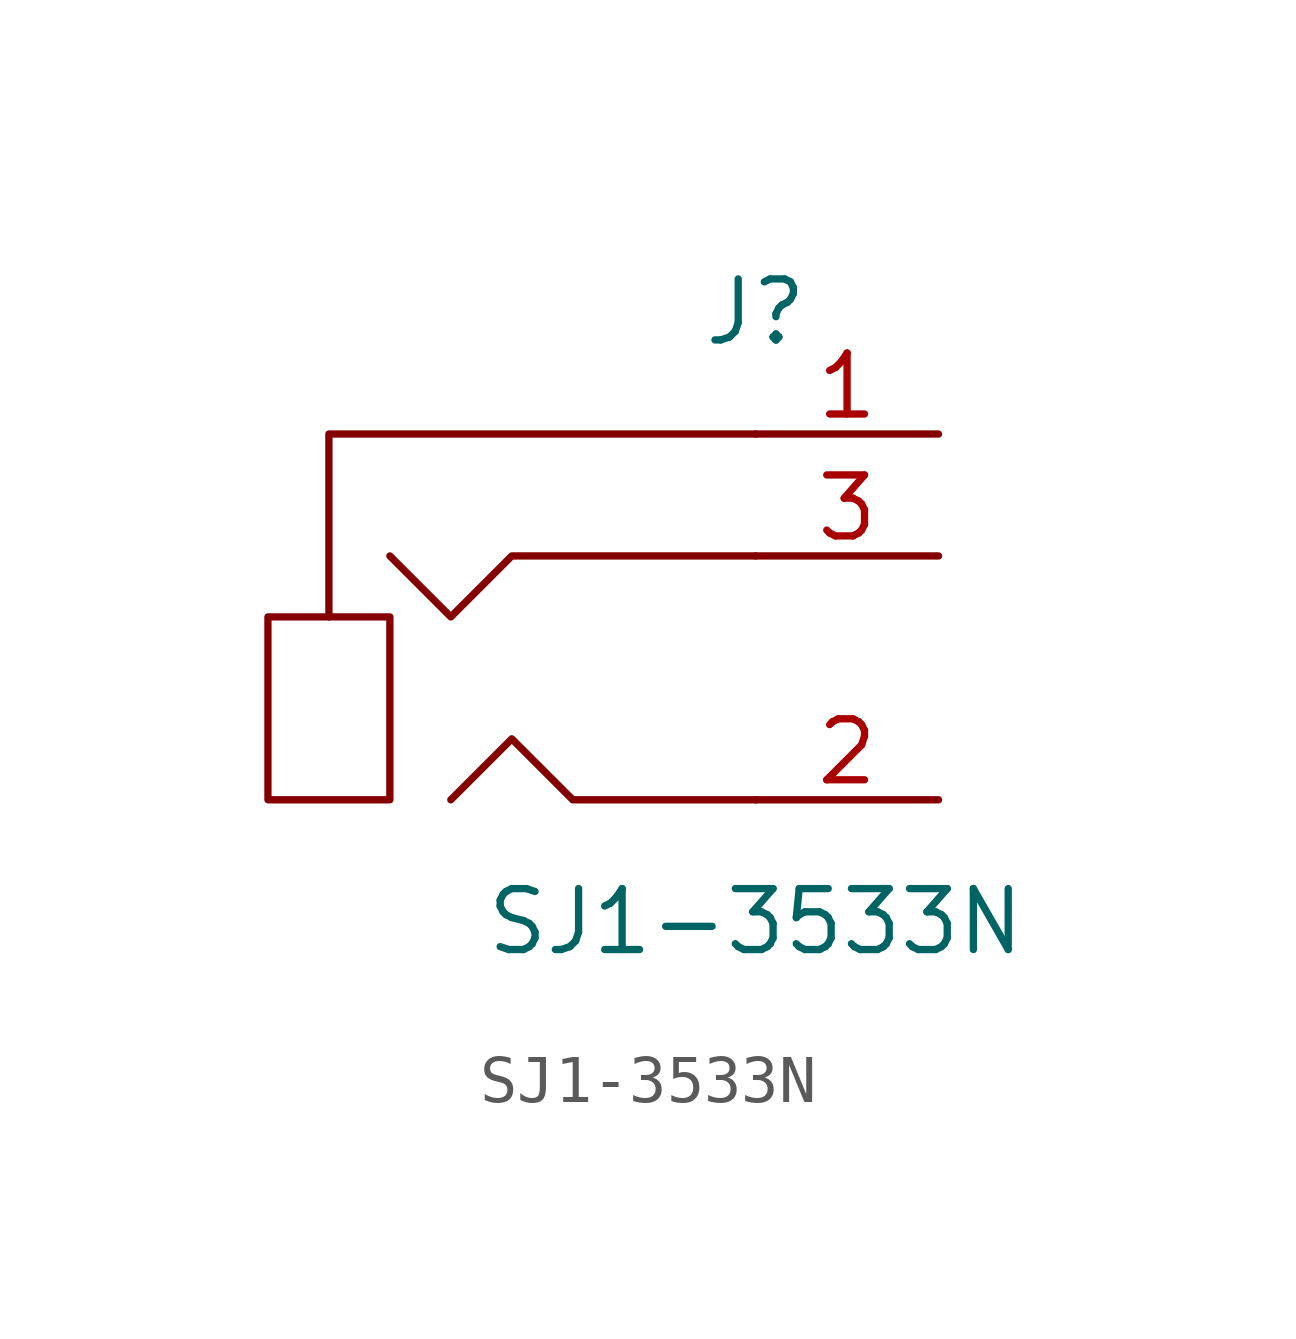
<source format=kicad_sym>
(kicad_symbol_lib
  (version 20211014)
  (generator kicad_symbol_editor)
  (symbol "SJ1-3533N"
    (pin_names
      (offset 1.016) hide)
    (property "Reference" "J"
      (at 0 5.08 0)
      (effects (font (size 1.27 1.27))))
    (property "Value" "SJ1-3533N"
      (at 0 -7.62 0)
      (effects (font (size 1.27 1.27))))
    (symbol "SJ1-3533N_0_1"
      (polyline (pts (xy -8.89 -1.27) (xy -8.89 2.54) (xy 0 2.54)) (stroke (width 0) (type default)) (fill (type none)))
      (polyline (pts (xy 0 0) (xy -5.08 0) (xy -6.35 -1.27) (xy -7.62 0)) (stroke (width 0) (type default)) (fill (type none)))
      (polyline (pts (xy -7.62 -1.27) (xy -10.16 -1.27) (xy -10.16 -5.08) (xy -7.62 -5.08) (xy -7.62 -1.27)) (stroke (width 0) (type default)) (fill (type none)))
      (polyline (pts (xy 0 -5.08) (xy -3.81 -5.08) (xy -5.08 -3.81) (xy -6.35 -5.08) (xy -5.08 -3.81)) (stroke (width 0) (type default)) (fill (type none))))
    (symbol "SJ1-3533N_1_1"
      (pin passive line (at 3.81 2.54 180) (length 3.81) (name "SLEEVE" (effects (font (size 1.27 1.27)))) (number "1" (effects (font (size 1.27 1.27)))))
      (pin passive line (at 3.81 -5.08 180) (length 3.81) (name "TIP" (effects (font (size 1.27 1.27)))) (number "2" (effects (font (size 1.27 1.27)))))
      (pin passive line (at 3.81 0 180) (length 3.81) (name "RING" (effects (font (size 1.27 1.27)))) (number "3" (effects (font (size 1.27 1.27))))))))
</source>
